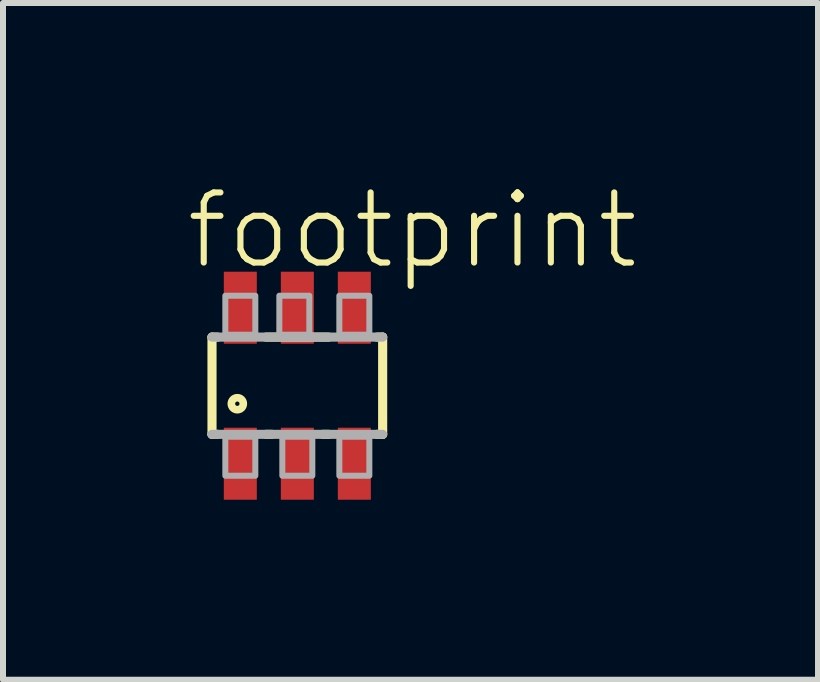
<source format=kicad_pcb>
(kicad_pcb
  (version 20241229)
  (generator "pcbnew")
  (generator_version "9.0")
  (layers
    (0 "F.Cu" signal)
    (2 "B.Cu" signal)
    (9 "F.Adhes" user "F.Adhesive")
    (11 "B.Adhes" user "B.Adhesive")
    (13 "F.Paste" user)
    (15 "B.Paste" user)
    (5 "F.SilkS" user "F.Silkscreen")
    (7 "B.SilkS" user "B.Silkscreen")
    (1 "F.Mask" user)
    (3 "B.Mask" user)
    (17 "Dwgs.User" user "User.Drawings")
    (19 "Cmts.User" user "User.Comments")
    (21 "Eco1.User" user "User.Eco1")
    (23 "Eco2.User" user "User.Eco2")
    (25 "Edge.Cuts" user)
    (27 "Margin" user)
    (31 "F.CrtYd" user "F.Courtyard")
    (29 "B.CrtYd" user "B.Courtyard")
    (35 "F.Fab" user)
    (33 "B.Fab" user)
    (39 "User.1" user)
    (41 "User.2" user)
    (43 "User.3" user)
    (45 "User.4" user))
  (footprint "footprint"
    (layer "F.Cu")
    (at 1.905 3.378)
    (property "Reference" "footprint" (at -1.905 -1.905 0) (layer "F.SilkS") (effects (font (size 1.168 1.168) (thickness 0.102)) (justify left bottom)))
    (fp_line (start -1.422 -0.81) (end -1.328 -0.81) (stroke (width 0.152) (type solid)) (layer "F.SilkS"))
    (fp_line (start -1.422 0.81) (end -1.422 -0.81) (stroke (width 0.152) (type solid)) (layer "F.SilkS"))
    (fp_line (start -1.328 0.81) (end -1.422 0.81) (stroke (width 0.152) (type solid)) (layer "F.SilkS"))
    (fp_line (start -0.522 -0.81) (end 0.522 -0.81) (stroke (width 0.152) (type solid)) (layer "F.SilkS"))
    (fp_line (start -0.428 0.81) (end -0.522 0.81) (stroke (width 0.152) (type solid)) (layer "F.SilkS"))
    (fp_line (start 0.522 0.81) (end 0.428 0.81) (stroke (width 0.152) (type solid)) (layer "F.SilkS"))
    (fp_line (start 1.328 -0.81) (end 1.422 -0.81) (stroke (width 0.152) (type solid)) (layer "F.SilkS"))
    (fp_line (start 1.422 -0.81) (end 1.422 0.81) (stroke (width 0.152) (type solid)) (layer "F.SilkS"))
    (fp_line (start 1.422 0.81) (end 1.328 0.81) (stroke (width 0.152) (type solid)) (layer "F.SilkS"))
    (fp_circle (center -1 0.3) (end -0.9 0.3) (stroke (width 0.127) (type solid)) (fill no) (layer "F.SilkS"))
    (fp_line (start -1.422 -0.81) (end 1.422 -0.81) (stroke (width 0.152) (type solid)) (layer "F.Fab"))
    (fp_line (start 1.422 0.81) (end -1.422 0.81) (stroke (width 0.152) (type solid)) (layer "F.Fab"))
    (fp_poly (pts (xy -1.2 -0.85) (xy -0.7 -0.85) (xy -0.7 -1.5) (xy -1.2 -1.5)) (stroke (width 0.1) (type solid)) (fill no) (layer "F.Fab"))
    (fp_poly (pts (xy -1.2 1.5) (xy -0.7 1.5) (xy -0.7 0.85) (xy -1.2 0.85)) (stroke (width 0.1) (type solid)) (fill no) (layer "F.Fab"))
    (fp_poly (pts (xy -0.3 -0.85) (xy 0.2 -0.85) (xy 0.2 -1.5) (xy -0.3 -1.5)) (stroke (width 0.1) (type solid)) (fill no) (layer "F.Fab"))
    (fp_poly (pts (xy -0.25 1.5) (xy 0.25 1.5) (xy 0.25 0.85) (xy -0.25 0.85)) (stroke (width 0.1) (type solid)) (fill no) (layer "F.Fab"))
    (fp_poly (pts (xy 0.7 -0.85) (xy 1.2 -0.85) (xy 1.2 -1.5) (xy 0.7 -1.5)) (stroke (width 0.1) (type solid)) (fill no) (layer "F.Fab"))
    (fp_poly (pts (xy 0.7 1.5) (xy 1.2 1.5) (xy 1.2 0.85) (xy 0.7 0.85)) (stroke (width 0.1) (type solid)) (fill no) (layer "F.Fab"))
    (pad "1" smd rect (at -0.95 1.3) (size 0.55 1.2) (layers "F.Cu" "F.Mask" "F.Paste"))
    (pad "2" smd rect (at 0 1.3) (size 0.55 1.2) (layers "F.Cu" "F.Mask" "F.Paste"))
    (pad "3" smd rect (at 0.95 1.3) (size 0.55 1.2) (layers "F.Cu" "F.Mask" "F.Paste"))
    (pad "4" smd rect (at 0.95 -1.3) (size 0.55 1.2) (layers "F.Cu" "F.Mask" "F.Paste"))
    (pad "5" smd rect (at 0 -1.3) (size 0.55 1.2) (layers "F.Cu" "F.Mask" "F.Paste"))
    (pad "6" smd rect (at -0.95 -1.3) (size 0.55 1.2) (layers "F.Cu" "F.Mask" "F.Paste")))
  (gr_rect
    (start -3 -3)
    (end 10.582 8.278)
    (stroke (width 0.1) (type default))
    (fill no)
    (layer "Edge.Cuts")))
</source>
